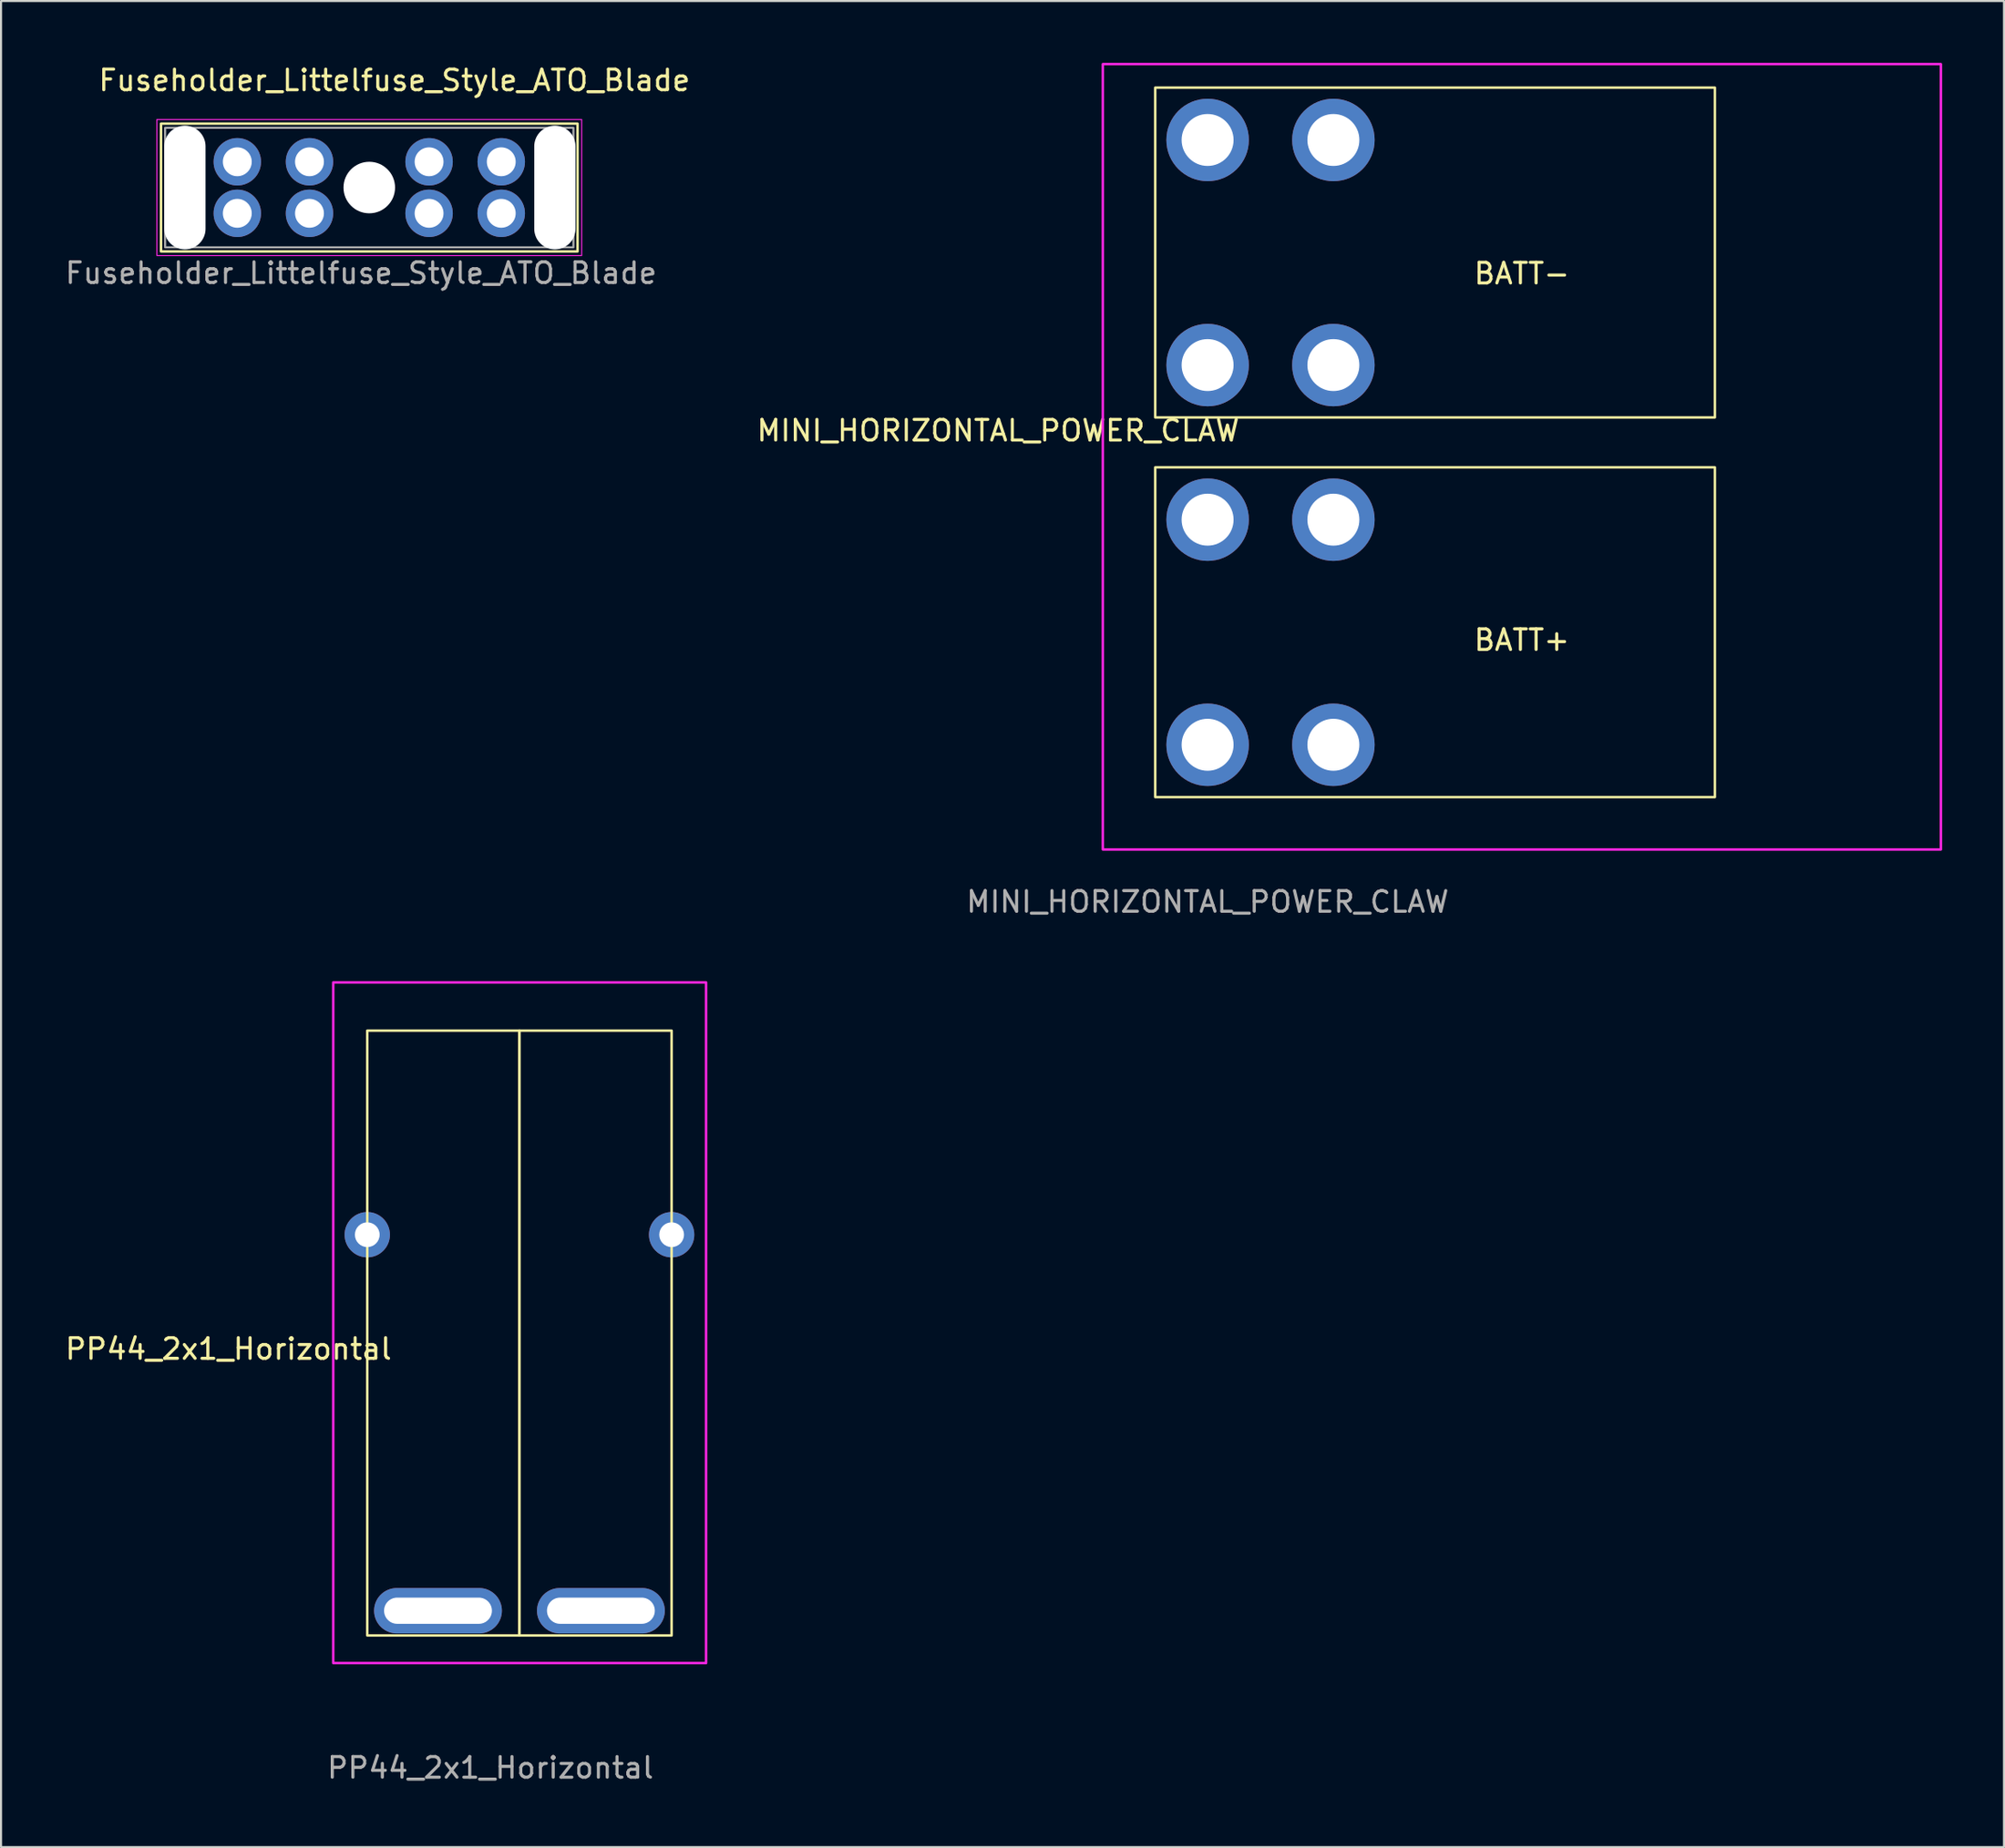
<source format=kicad_pcb>
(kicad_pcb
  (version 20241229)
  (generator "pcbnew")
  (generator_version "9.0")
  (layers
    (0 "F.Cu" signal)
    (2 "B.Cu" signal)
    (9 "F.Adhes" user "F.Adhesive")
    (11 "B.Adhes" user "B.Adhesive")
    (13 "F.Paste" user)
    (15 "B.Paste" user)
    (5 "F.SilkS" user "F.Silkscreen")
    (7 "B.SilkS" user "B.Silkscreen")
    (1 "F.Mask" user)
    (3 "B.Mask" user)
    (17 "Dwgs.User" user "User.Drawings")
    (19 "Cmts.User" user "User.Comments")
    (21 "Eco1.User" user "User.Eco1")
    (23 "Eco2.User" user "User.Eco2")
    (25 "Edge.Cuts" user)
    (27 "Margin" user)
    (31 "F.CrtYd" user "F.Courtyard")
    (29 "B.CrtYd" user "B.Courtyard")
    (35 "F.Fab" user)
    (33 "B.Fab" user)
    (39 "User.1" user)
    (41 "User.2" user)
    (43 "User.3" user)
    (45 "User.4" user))
  (footprint "MINI_HORIZONTAL_POWER_CLAW"
    (layer "F.Cu")
    (at 55.512 33.08)
    (property "Reference" "MINI_HORIZONTAL_POWER_CLAW" (at -10.16 -15.24 0) (unlocked yes) (layer "F.SilkS") (effects (font (size 1 1) (thickness 0.15))))
    (attr through_hole)
    (fp_rect (start -2.54 -31.88) (end 24.6 -15.88) (stroke (width 0.12) (type solid)) (fill no) (layer "F.SilkS"))
    (fp_rect (start -2.54 -13.46) (end 24.6 2.54) (stroke (width 0.12) (type solid)) (fill no) (layer "F.SilkS"))
    (fp_rect (start -5.08 -33.02) (end 35.56 5.08) (stroke (width 0.12) (type solid)) (fill no) (layer "F.CrtYd"))
    (fp_text user "BATT+" (at 15.24 -5.08 0) (unlocked yes) (layer "F.SilkS") (effects (font (size 1 1) (thickness 0.15))))
    (fp_text user "BATT-" (at 15.24 -22.86 0) (unlocked yes) (layer "F.SilkS") (effects (font (size 1 1) (thickness 0.15))))
    (fp_text user "${REFERENCE}" (at 0 7.62 0) (unlocked yes) (layer "F.Fab") (effects (font (size 1 1) (thickness 0.15))))
    (pad "1" thru_hole circle (at 0 -10.92) (size 4 4) (drill 2.52) (layers "*.Cu" "*.Mask"))
    (pad "1" thru_hole circle (at 0 0) (size 4 4) (drill 2.52) (layers "*.Cu" "*.Mask"))
    (pad "1" thru_hole circle (at 6.1 -10.92) (size 4 4) (drill 2.52) (layers "*.Cu" "*.Mask"))
    (pad "1" thru_hole circle (at 6.1 0) (size 4 4) (drill 2.52) (layers "*.Cu" "*.Mask"))
    (pad "2" thru_hole circle (at 0 -29.34) (size 4 4) (drill 2.52) (layers "*.Cu" "*.Mask"))
    (pad "2" thru_hole circle (at 0 -18.42) (size 4 4) (drill 2.52) (layers "*.Cu" "*.Mask"))
    (pad "2" thru_hole circle (at 6.1 -29.34) (size 4 4) (drill 2.52) (layers "*.Cu" "*.Mask"))
    (pad "2" thru_hole circle (at 6.1 -18.42) (size 4 4) (drill 2.52) (layers "*.Cu" "*.Mask")))
  (footprint "PP44_2x1_Horizontal"
    (layer "F.Cu")
    (at 18.19 75.088)
    (property "Reference" "PP44_2x1_Horizontal" (at -10.16 -12.7 0) (unlocked yes) (layer "F.SilkS") (effects (font (size 1 1) (thickness 0.15))))
    (attr through_hole)
    (fp_rect (start -3.43 1.2) (end 3.95 -28.14) (stroke (width 0.12) (type solid)) (fill no) (layer "F.SilkS"))
    (fp_rect (start 3.95 1.2) (end 11.33 -28.14) (stroke (width 0.12) (type solid)) (fill no) (layer "F.SilkS"))
    (fp_rect (start 13 2.54) (end -5.08 -30.48) (stroke (width 0.12) (type solid)) (fill no) (layer "F.CrtYd"))
    (fp_text user "${REFERENCE}" (at 2.54 7.62 0) (unlocked yes) (layer "F.Fab") (effects (font (size 1 1) (thickness 0.15))))
    (pad "" np_thru_hole circle (at -3.43 -18.24) (size 2.2 2.2) (drill 1.2) (layers "*.Cu" "*.Mask"))
    (pad "" np_thru_hole circle (at 11.33 -18.24) (size 2.2 2.2) (drill 1.2) (layers "*.Cu" "*.Mask"))
    (pad "1" thru_hole oval (at 0 0) (size 6.2 2.2) (drill oval 5.23 1.27) (layers "*.Cu" "*.Mask"))
    (pad "2" thru_hole oval (at 7.9 0) (size 6.2 2.2) (drill oval 5.23 1.27) (layers "*.Cu" "*.Mask")))
  (footprint "Fuseholder_Littelfuse_Style_ATO_Blade"
    (layer "F.Cu")
    (at 8.458 4.798)
    (property "Reference" "Fuseholder_Littelfuse_Style_ATO_Blade" (at 7.62 -3.95 0) (unlocked yes) (layer "F.SilkS") (effects (font (size 1 1) (thickness 0.15))))
    (attr through_hole)
    (fp_rect (start -3.7 -1.85) (end 16.5 4.35) (stroke (width 0.12) (type solid)) (fill no) (layer "F.SilkS"))
    (fp_rect (start -3.9 -2.05) (end 16.7 4.55) (stroke (width 0.05) (type solid)) (fill no) (layer "F.CrtYd"))
    (fp_rect (start -3.5 -1.65) (end 16.3 4.15) (stroke (width 0.1) (type solid)) (fill no) (layer "F.Fab"))
    (fp_text user "${REFERENCE}" (at 6 5.4 0) (unlocked yes) (layer "F.Fab") (effects (font (size 1 1) (thickness 0.15))))
    (pad "" np_thru_hole oval (at -2.54 1.25) (size 2 6) (drill oval 2 6) (layers "*.Cu" "*.Mask"))
    (pad "" np_thru_hole circle (at 6.4 1.25) (size 2.5 2.5) (drill 2.5) (layers "*.Cu" "*.Mask"))
    (pad "" np_thru_hole oval (at 15.4 1.25) (size 2 6) (drill oval 2 6) (layers "*.Cu" "*.Mask"))
    (pad "1" thru_hole circle (at 0 0) (size 2.3 2.3) (drill 1.4) (layers "*.Cu" "*.Mask"))
    (pad "1" thru_hole circle (at 0 2.5) (size 2.3 2.3) (drill 1.4) (layers "*.Cu" "*.Mask"))
    (pad "1" thru_hole circle (at 3.5 0) (size 2.3 2.3) (drill 1.4) (layers "*.Cu" "*.Mask"))
    (pad "1" thru_hole circle (at 3.5 2.5) (size 2.3 2.3) (drill 1.4) (layers "*.Cu" "*.Mask"))
    (pad "2" thru_hole circle (at 9.3 0) (size 2.3 2.3) (drill 1.4) (layers "*.Cu" "*.Mask"))
    (pad "2" thru_hole circle (at 9.3 2.5) (size 2.3 2.3) (drill 1.4) (layers "*.Cu" "*.Mask"))
    (pad "2" thru_hole circle (at 12.8 0) (size 2.3 2.3) (drill 1.4) (layers "*.Cu" "*.Mask"))
    (pad "2" thru_hole circle (at 12.8 2.5) (size 2.3 2.3) (drill 1.4) (layers "*.Cu" "*.Mask")))
  (gr_rect
    (start -3 -3)
    (end 94.132 86.556)
    (stroke (width 0.1) (type default))
    (fill no)
    (layer "Edge.Cuts")))
</source>
